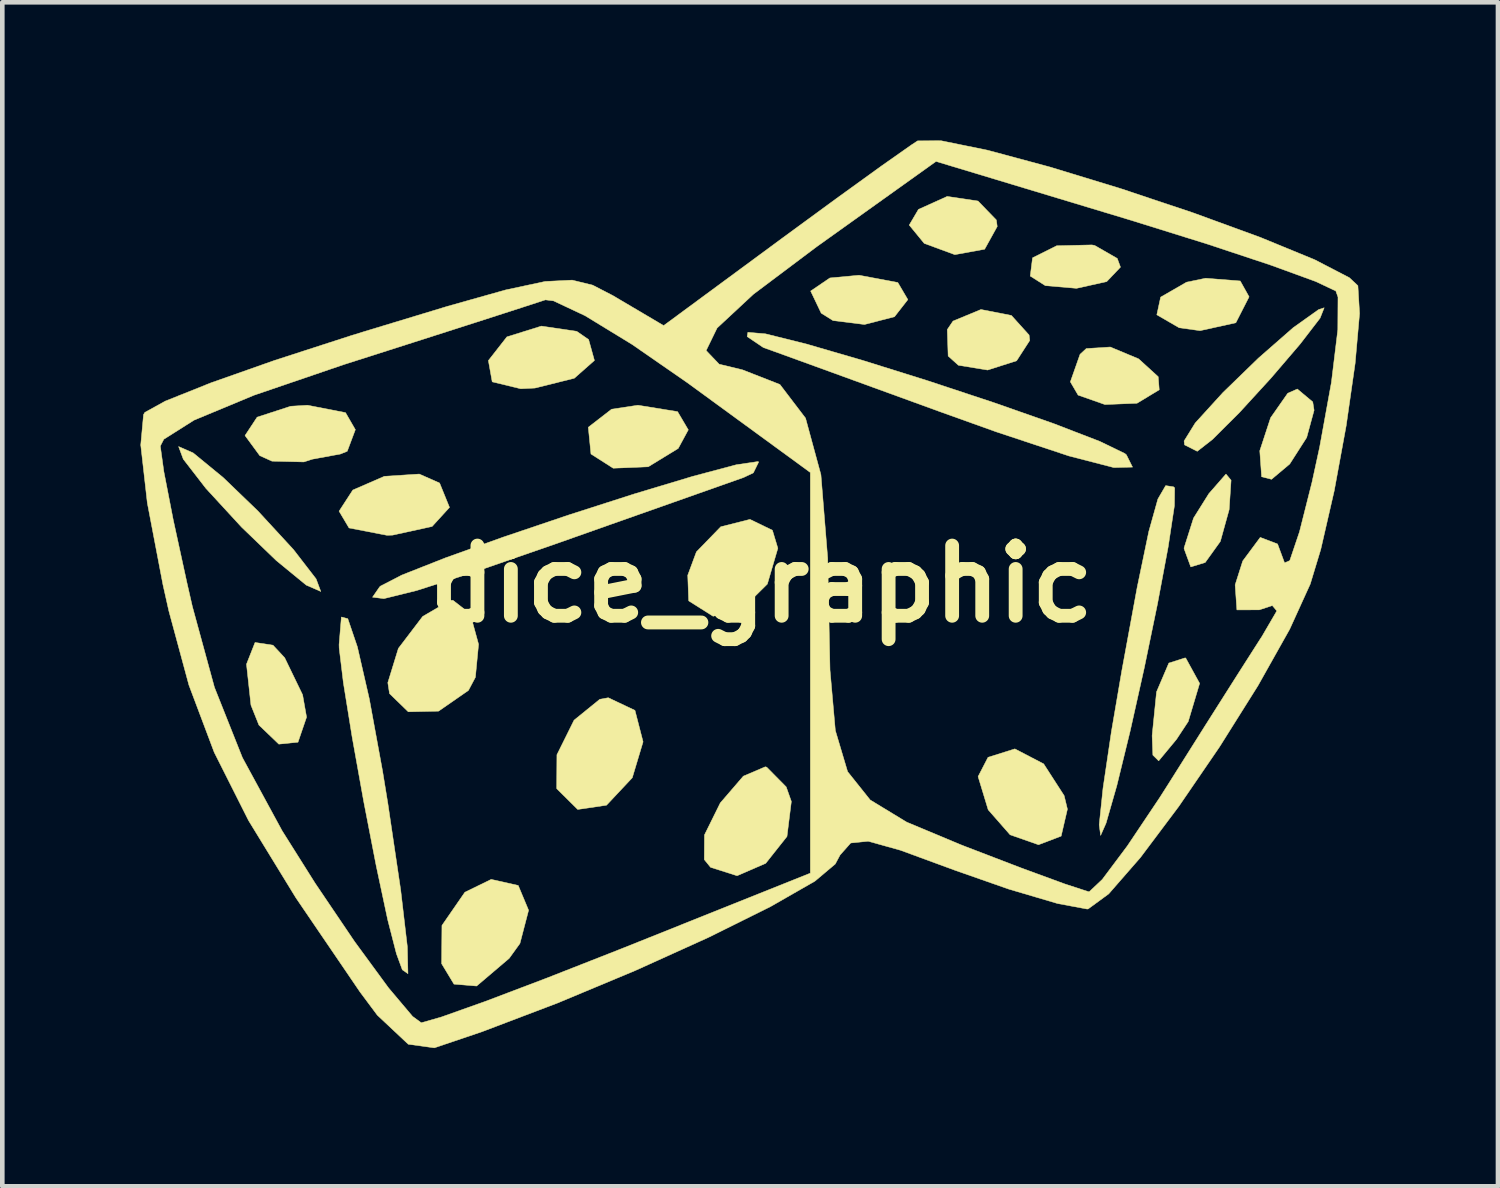
<source format=kicad_pcb>
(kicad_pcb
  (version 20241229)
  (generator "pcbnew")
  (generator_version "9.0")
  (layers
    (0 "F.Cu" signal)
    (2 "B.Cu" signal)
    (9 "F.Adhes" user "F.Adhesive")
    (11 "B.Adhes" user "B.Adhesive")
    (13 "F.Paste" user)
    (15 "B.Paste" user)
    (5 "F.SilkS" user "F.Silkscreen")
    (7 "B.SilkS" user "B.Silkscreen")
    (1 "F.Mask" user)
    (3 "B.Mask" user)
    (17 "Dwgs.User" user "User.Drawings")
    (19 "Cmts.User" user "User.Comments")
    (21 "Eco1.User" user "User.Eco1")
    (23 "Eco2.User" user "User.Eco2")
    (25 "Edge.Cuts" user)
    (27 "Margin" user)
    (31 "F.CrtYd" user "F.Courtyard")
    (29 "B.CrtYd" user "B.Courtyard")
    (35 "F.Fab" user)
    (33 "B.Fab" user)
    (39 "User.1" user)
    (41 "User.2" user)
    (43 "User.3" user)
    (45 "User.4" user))
  (footprint "dice_graphic"
    (layer "F.Cu")
    (at 13.483 9.628)
    (property "Reference" "dice_graphic" (at 0 0 0) (layer "F.SilkS") (effects (font (size 1.524 1.524) (thickness 0.3))))
    (attr through_hole)
    (fp_poly (pts (xy -1.824 -3.742) (xy -1.591 -3.347) (xy -1.81 -2.943) (xy -2.461 -2.545) (xy -3.221 -2.514) (xy -3.704 -2.822) (xy -3.762 -3.403) (xy -3.256 -3.795) (xy -2.684 -3.881) (xy -1.824 -3.742)) (stroke (width 0.01) (type solid)) (fill yes) (layer "F.SilkS"))
    (fp_poly (pts (xy 2.957 -6.545) (xy 3.175 -6.174) (xy 2.885 -5.802) (xy 2.234 -5.634) (xy 1.551 -5.719) (xy 1.294 -5.88) (xy 1.065 -6.36) (xy 1.483 -6.644) (xy 2.117 -6.703) (xy 2.957 -6.545)) (stroke (width 0.01) (type solid)) (fill yes) (layer "F.SilkS"))
    (fp_poly (pts (xy 4.698 -8.314) (xy 5.096 -7.903) (xy 5.115 -7.761) (xy 4.842 -7.268) (xy 4.195 -7.15) (xy 3.531 -7.394) (xy 3.205 -7.792) (xy 3.405 -8.132) (xy 4.029 -8.414) (xy 4.698 -8.314)) (stroke (width 0.01) (type solid)) (fill yes) (layer "F.SilkS"))
    (fp_poly (pts (xy 10.391 -6.578) (xy 10.583 -6.235) (xy 10.295 -5.671) (xy 9.519 -5.5) (xy 9.065 -5.563) (xy 8.58 -5.844) (xy 8.663 -6.228) (xy 9.225 -6.552) (xy 9.64 -6.638) (xy 10.391 -6.578)) (stroke (width 0.01) (type solid)) (fill yes) (layer "F.SilkS"))
    (fp_poly (pts (xy -10.607 1.328) (xy -10.353 1.601) (xy -9.964 2.405) (xy -9.878 2.89) (xy -10.064 3.434) (xy -10.48 3.476) (xy -10.912 3.062) (xy -11.085 2.63) (xy -11.182 1.741) (xy -10.996 1.269) (xy -10.607 1.328)) (stroke (width 0.01) (type solid)) (fill yes) (layer "F.SilkS"))
    (fp_poly (pts (xy -6.99 -2.192) (xy -6.775 -1.663) (xy -7.153 -1.249) (xy -8.013 -1.061) (xy -8.135 -1.058) (xy -8.956 -1.217) (xy -9.172 -1.581) (xy -8.874 -2.04) (xy -8.189 -2.338) (xy -7.431 -2.387) (xy -6.99 -2.192)) (stroke (width 0.01) (type solid)) (fill yes) (layer "F.SilkS"))
    (fp_poly (pts (xy -5.283 6.544) (xy -5.058 7.082) (xy -5.246 7.803) (xy -5.48 8.127) (xy -6.186 8.727) (xy -6.678 8.686) (xy -6.946 8.242) (xy -6.939 7.412) (xy -6.441 6.691) (xy -5.87 6.412) (xy -5.283 6.544)) (stroke (width 0.01) (type solid)) (fill yes) (layer "F.SilkS"))
    (fp_poly (pts (xy -4.013 -5.485) (xy -3.755 -5.307) (xy -3.629 -4.853) (xy -4.066 -4.467) (xy -4.92 -4.254) (xy -5.229 -4.239) (xy -5.848 -4.389) (xy -5.931 -4.851) (xy -5.529 -5.365) (xy -4.78 -5.599) (xy -4.013 -5.485)) (stroke (width 0.01) (type solid)) (fill yes) (layer "F.SilkS"))
    (fp_poly (pts (xy 5.423 -5.83) (xy 5.807 -5.405) (xy 5.821 -5.287) (xy 5.536 -4.846) (xy 4.906 -4.645) (xy 4.272 -4.749) (xy 4.05 -4.949) (xy 4.031 -5.524) (xy 4.156 -5.708) (xy 4.762 -5.959) (xy 5.423 -5.83)) (stroke (width 0.01) (type solid)) (fill yes) (layer "F.SilkS"))
    (fp_poly (pts (xy 6.123 3.904) (xy 6.568 4.594) (xy 6.639 4.887) (xy 6.503 5.473) (xy 6.012 5.66) (xy 5.395 5.444) (xy 4.919 4.901) (xy 4.7 4.18) (xy 4.916 3.762) (xy 5.498 3.579) (xy 6.123 3.904)) (stroke (width 0.01) (type solid)) (fill yes) (layer "F.SilkS"))
    (fp_poly (pts (xy 7.23 -7.35) (xy 7.721 -7.068) (xy 7.791 -6.879) (xy 7.492 -6.565) (xy 6.837 -6.419) (xy 6.16 -6.477) (xy 5.832 -6.685) (xy 5.882 -7.081) (xy 6.406 -7.343) (xy 7.17 -7.361) (xy 7.23 -7.35)) (stroke (width 0.01) (type solid)) (fill yes) (layer "F.SilkS"))
    (fp_poly (pts (xy 8.184 -4.888) (xy 8.61 -4.5) (xy 8.632 -4.216) (xy 8.15 -3.924) (xy 7.454 -3.896) (xy 6.871 -4.101) (xy 6.703 -4.389) (xy 6.913 -4.986) (xy 7.048 -5.111) (xy 7.569 -5.145) (xy 8.184 -4.888)) (stroke (width 0.01) (type solid)) (fill yes) (layer "F.SilkS"))
    (fp_poly (pts (xy 9.209 1.61) (xy 9.509 2.157) (xy 9.262 2.985) (xy 9.007 3.372) (xy 8.62 3.839) (xy 8.494 3.714) (xy 8.478 3.292) (xy 8.574 2.341) (xy 8.841 1.716) (xy 9.196 1.603) (xy 9.209 1.61)) (stroke (width 0.01) (type solid)) (fill yes) (layer "F.SilkS"))
    (fp_poly (pts (xy 10.192 -2.253) (xy 10.15 -1.615) (xy 9.959 -0.925) (xy 9.63 -0.467) (xy 9.317 -0.371) (xy 9.172 -0.766) (xy 9.172 -0.785) (xy 9.377 -1.431) (xy 9.709 -1.961) (xy 10.081 -2.387) (xy 10.192 -2.253)) (stroke (width 0.01) (type solid)) (fill yes) (layer "F.SilkS"))
    (fp_poly (pts (xy 11.965 -3.953) (xy 11.994 -3.772) (xy 11.833 -3.18) (xy 11.465 -2.605) (xy 11.07 -2.273) (xy 10.855 -2.328) (xy 10.815 -2.892) (xy 11.05 -3.609) (xy 11.422 -4.141) (xy 11.63 -4.233) (xy 11.965 -3.953)) (stroke (width 0.01) (type solid)) (fill yes) (layer "F.SilkS"))
    (fp_poly (pts (xy -2.749 2.743) (xy -2.573 3.426) (xy -2.807 4.206) (xy -3.367 4.802) (xy -3.992 4.894) (xy -4.444 4.446) (xy -4.448 4.437) (xy -4.443 3.706) (xy -4.071 2.956) (xy -3.512 2.502) (xy -3.328 2.469) (xy -2.749 2.743)) (stroke (width 0.01) (type solid)) (fill yes) (layer "F.SilkS"))
    (fp_poly (pts (xy 0.235 -1.167) (xy 0.353 -0.776) (xy 0.125 0.001) (xy -0.415 0.535) (xy -1.053 0.7) (xy -1.576 0.37) (xy -1.583 0.36) (xy -1.603 -0.191) (xy -1.415 -0.698) (xy -0.886 -1.243) (xy -0.252 -1.403) (xy 0.235 -1.167)) (stroke (width 0.01) (type solid)) (fill yes) (layer "F.SilkS"))
    (fp_poly (pts (xy -12.34 -2.846) (xy -11.689 -2.312) (xy -10.936 -1.587) (xy -10.162 -0.747) (xy -9.671 -0.111) (xy -9.569 0.162) (xy -9.885 0.024) (xy -10.536 -0.51) (xy -11.289 -1.235) (xy -12.063 -2.076) (xy -12.554 -2.711) (xy -12.656 -2.984) (xy -12.34 -2.846)) (stroke (width 0.01) (type solid)) (fill yes) (layer "F.SilkS"))
    (fp_poly (pts (xy -9.032 -3.72) (xy -8.819 -3.351) (xy -8.995 -2.882) (xy -9.143 -2.822) (xy -9.752 -2.71) (xy -9.937 -2.65) (xy -10.629 -2.667) (xy -10.893 -2.786) (xy -11.214 -3.223) (xy -10.951 -3.622) (xy -10.223 -3.859) (xy -9.857 -3.881) (xy -9.032 -3.72)) (stroke (width 0.01) (type solid)) (fill yes) (layer "F.SilkS"))
    (fp_poly (pts (xy -6.326 0.645) (xy -6.144 1.309) (xy -6.213 2.025) (xy -6.364 2.31) (xy -7.013 2.76) (xy -7.67 2.774) (xy -8.077 2.379) (xy -8.114 2.142) (xy -7.885 1.398) (xy -7.357 0.704) (xy -6.762 0.357) (xy -6.701 0.353) (xy -6.326 0.645)) (stroke (width 0.01) (type solid)) (fill yes) (layer "F.SilkS"))
    (fp_poly (pts (xy 0.111 3.976) (xy 0.534 4.404) (xy 0.646 4.72) (xy 0.551 5.481) (xy 0.089 6.064) (xy -0.532 6.333) (xy -1.108 6.15) (xy -1.244 5.982) (xy -1.24 5.447) (xy -0.897 4.753) (xy -0.396 4.171) (xy 0.08 3.968) (xy 0.111 3.976)) (stroke (width 0.01) (type solid)) (fill yes) (layer "F.SilkS"))
    (fp_poly (pts (xy 12.124 -5.772) (xy 11.689 -5.207) (xy 11.057 -4.469) (xy 10.374 -3.723) (xy 9.786 -3.137) (xy 9.458 -2.881) (xy 9.182 -3.02) (xy 9.172 -3.105) (xy 9.414 -3.496) (xy 10.015 -4.156) (xy 10.786 -4.904) (xy 11.54 -5.564) (xy 12.09 -5.956) (xy 12.213 -5.997) (xy 12.124 -5.772)) (stroke (width 0.01) (type solid)) (fill yes) (layer "F.SilkS"))
    (fp_poly (pts (xy -8.983 0.753) (xy -8.775 1.364) (xy -8.517 2.488) (xy -8.228 4.062) (xy -8.113 4.766) (xy -7.835 6.64) (xy -7.69 7.876) (xy -7.677 8.459) (xy -7.799 8.375) (xy -7.927 8.026) (xy -8.116 7.291) (xy -8.366 6.118) (xy -8.637 4.723) (xy -8.888 3.326) (xy -9.079 2.142) (xy -9.17 1.39) (xy -9.172 1.315) (xy -9.122 0.716) (xy -8.983 0.753)) (stroke (width 0.01) (type solid)) (fill yes) (layer "F.SilkS"))
    (fp_poly (pts (xy 8.942 -2.11) (xy 8.967 -2.087) (xy 8.962 -1.7) (xy 8.826 -0.804) (xy 8.595 0.428) (xy 8.308 1.818) (xy 8.001 3.192) (xy 7.712 4.375) (xy 7.478 5.191) (xy 7.36 5.458) (xy 7.329 5.227) (xy 7.412 4.433) (xy 7.594 3.204) (xy 7.82 1.882) (xy 8.154 0.069) (xy 8.406 -1.141) (xy 8.603 -1.845) (xy 8.772 -2.136) (xy 8.942 -2.11)) (stroke (width 0.01) (type solid)) (fill yes) (layer "F.SilkS"))
    (fp_poly (pts (xy 0.085 -5.431) (xy 0.972 -5.21) (xy 2.202 -4.852) (xy 3.614 -4.41) (xy 5.049 -3.935) (xy 6.346 -3.48) (xy 7.344 -3.095) (xy 7.885 -2.833) (xy 7.919 -2.805) (xy 8.052 -2.538) (xy 7.647 -2.528) (xy 6.672 -2.78) (xy 5.098 -3.302) (xy 3.881 -3.738) (xy 2.413 -4.272) (xy 1.165 -4.726) (xy 0.305 -5.038) (xy 0.038 -5.134) (xy -0.313 -5.371) (xy -0.298 -5.464) (xy 0.085 -5.431)) (stroke (width 0.01) (type solid)) (fill yes) (layer "F.SilkS"))
    (fp_poly (pts (xy -0.063 -2.65) (xy -0.179 -2.413) (xy -0.39 -2.313) (xy -0.914 -2.128) (xy -1.939 -1.766) (xy -3.302 -1.285) (xy -4.41 -0.893) (xy -6.245 -0.257) (xy -7.487 0.141) (xy -8.199 0.317) (xy -8.446 0.286) (xy -8.293 0.064) (xy -8.273 0.045) (xy -7.81 -0.194) (xy -6.868 -0.566) (xy -5.606 -1.019) (xy -4.183 -1.5) (xy -2.759 -1.957) (xy -1.495 -2.337) (xy -0.549 -2.589) (xy -0.082 -2.658) (xy -0.063 -2.65)) (stroke (width 0.01) (type solid)) (fill yes) (layer "F.SilkS"))
    (fp_poly (pts (xy 4.902 -9.418) (xy 6.254 -9.054) (xy 7.795 -8.584) (xy 9.371 -8.057) (xy 10.827 -7.525) (xy 12.009 -7.039) (xy 12.761 -6.649) (xy 12.945 -6.476) (xy 12.981 -5.872) (xy 12.885 -4.79) (xy 12.691 -3.438) (xy 12.431 -2.023) (xy 12.139 -0.752) (xy 11.911 0) (xy 11.464 0.982) (xy 10.775 2.208) (xy 9.941 3.536) (xy 9.058 4.826) (xy 8.225 5.936) (xy 7.536 6.726) (xy 7.09 7.053) (xy 7.067 7.056) (xy 6.425 6.936) (xy 5.365 6.623) (xy 4.2 6.215) (xy 3.013 5.779) (xy 2.315 5.584) (xy 1.935 5.622) (xy 1.704 5.883) (xy 1.599 6.079) (xy 1.156 6.452) (xy 0.19 7.005) (xy -1.156 7.673) (xy -2.742 8.391) (xy -4.427 9.095) (xy -6.072 9.72) (xy -7.104 10.069) (xy -7.67 9.991) (xy -8.342 9.36) (xy -8.715 8.86) (xy -10.109 6.813) (xy -11.137 5.135) (xy -11.883 3.653) (xy -12.432 2.194) (xy -12.868 0.583) (xy -12.996 0.012) (xy -13.335 -1.761) (xy -13.475 -2.995) (xy -13.053 -2.995) (xy -12.976 -2.44) (xy -12.772 -1.391) (xy -12.478 -0.041) (xy -12.357 0.489) (xy -11.878 2.243) (xy -11.271 3.769) (xy -10.408 5.358) (xy -9.689 6.5) (xy -8.835 7.763) (xy -8.099 8.767) (xy -7.576 9.387) (xy -7.388 9.525) (xy -6.951 9.4) (xy -5.998 9.061) (xy -4.667 8.556) (xy -3.096 7.939) (xy -3 7.901) (xy 1.058 6.277) (xy 1.058 -2.421) (xy -1.607 -4.367) (xy -2.619 -5.068) (xy -1.204 -5.068) (xy -0.921 -4.772) (xy -0.416 -4.65) (xy 0.397 -4.332) (xy 0.954 -3.601) (xy 1.288 -2.373) (xy 1.435 -0.56) (xy 1.446 -0.01) (xy 1.485 1.867) (xy 1.601 3.18) (xy 1.867 4.073) (xy 2.358 4.688) (xy 3.149 5.169) (xy 4.314 5.656) (xy 4.423 5.699) (xy 5.638 6.165) (xy 6.587 6.513) (xy 7.087 6.676) (xy 7.112 6.681) (xy 7.395 6.414) (xy 7.94 5.686) (xy 8.642 4.638) (xy 8.843 4.322) (xy 9.629 3.075) (xy 10.331 1.968) (xy 10.813 1.213) (xy 10.86 1.141) (xy 11.185 0.584) (xy 11.088 0.468) (xy 10.804 0.561) (xy 10.318 0.562) (xy 10.28 0.019) (xy 10.445 -0.5) (xy 10.825 -1.012) (xy 11.201 -0.869) (xy 11.353 -0.459) (xy 11.466 -0.508) (xy 11.677 -1.133) (xy 11.95 -2.215) (xy 12.114 -2.969) (xy 12.37 -4.377) (xy 12.509 -5.521) (xy 12.513 -6.229) (xy 12.466 -6.361) (xy 12.03 -6.567) (xy 11.059 -6.921) (xy 9.693 -7.375) (xy 8.073 -7.88) (xy 7.979 -7.909) (xy 3.787 -9.174) (xy 1.194 -7.321) (xy -0.177 -6.291) (xy -0.966 -5.557) (xy -1.204 -5.068) (xy -2.619 -5.068) (xy -2.811 -5.201) (xy -3.831 -5.824) (xy -4.517 -6.147) (xy -4.693 -6.169) (xy -5.181 -6.01) (xy -6.191 -5.684) (xy -7.572 -5.242) (xy -9.084 -4.759) (xy -11.015 -4.1) (xy -12.321 -3.557) (xy -12.977 -3.142) (xy -13.053 -2.995) (xy -13.475 -2.995) (xy -13.478 -3.015) (xy -13.417 -3.678) (xy -13.389 -3.725) (xy -12.942 -3.972) (xy -11.957 -4.366) (xy -10.57 -4.855) (xy -8.921 -5.389) (xy -8.63 -5.479) (xy -6.824 -6.027) (xy -5.557 -6.384) (xy -4.698 -6.568) (xy -4.112 -6.597) (xy -3.667 -6.488) (xy -3.228 -6.261) (xy -3.164 -6.223) (xy -2.126 -5.61) (xy 0.436 -7.498) (xy 1.621 -8.366) (xy 2.611 -9.081) (xy 3.254 -9.533) (xy 3.386 -9.62) (xy 3.895 -9.623) (xy 4.902 -9.418)) (stroke (width 0.01) (type solid)) (fill yes) (layer "F.SilkS")))
  (gr_rect
    (start -3 -3)
    (end 29.469 22.703)
    (stroke (width 0.1) (type default))
    (fill no)
    (layer "Edge.Cuts")))
</source>
